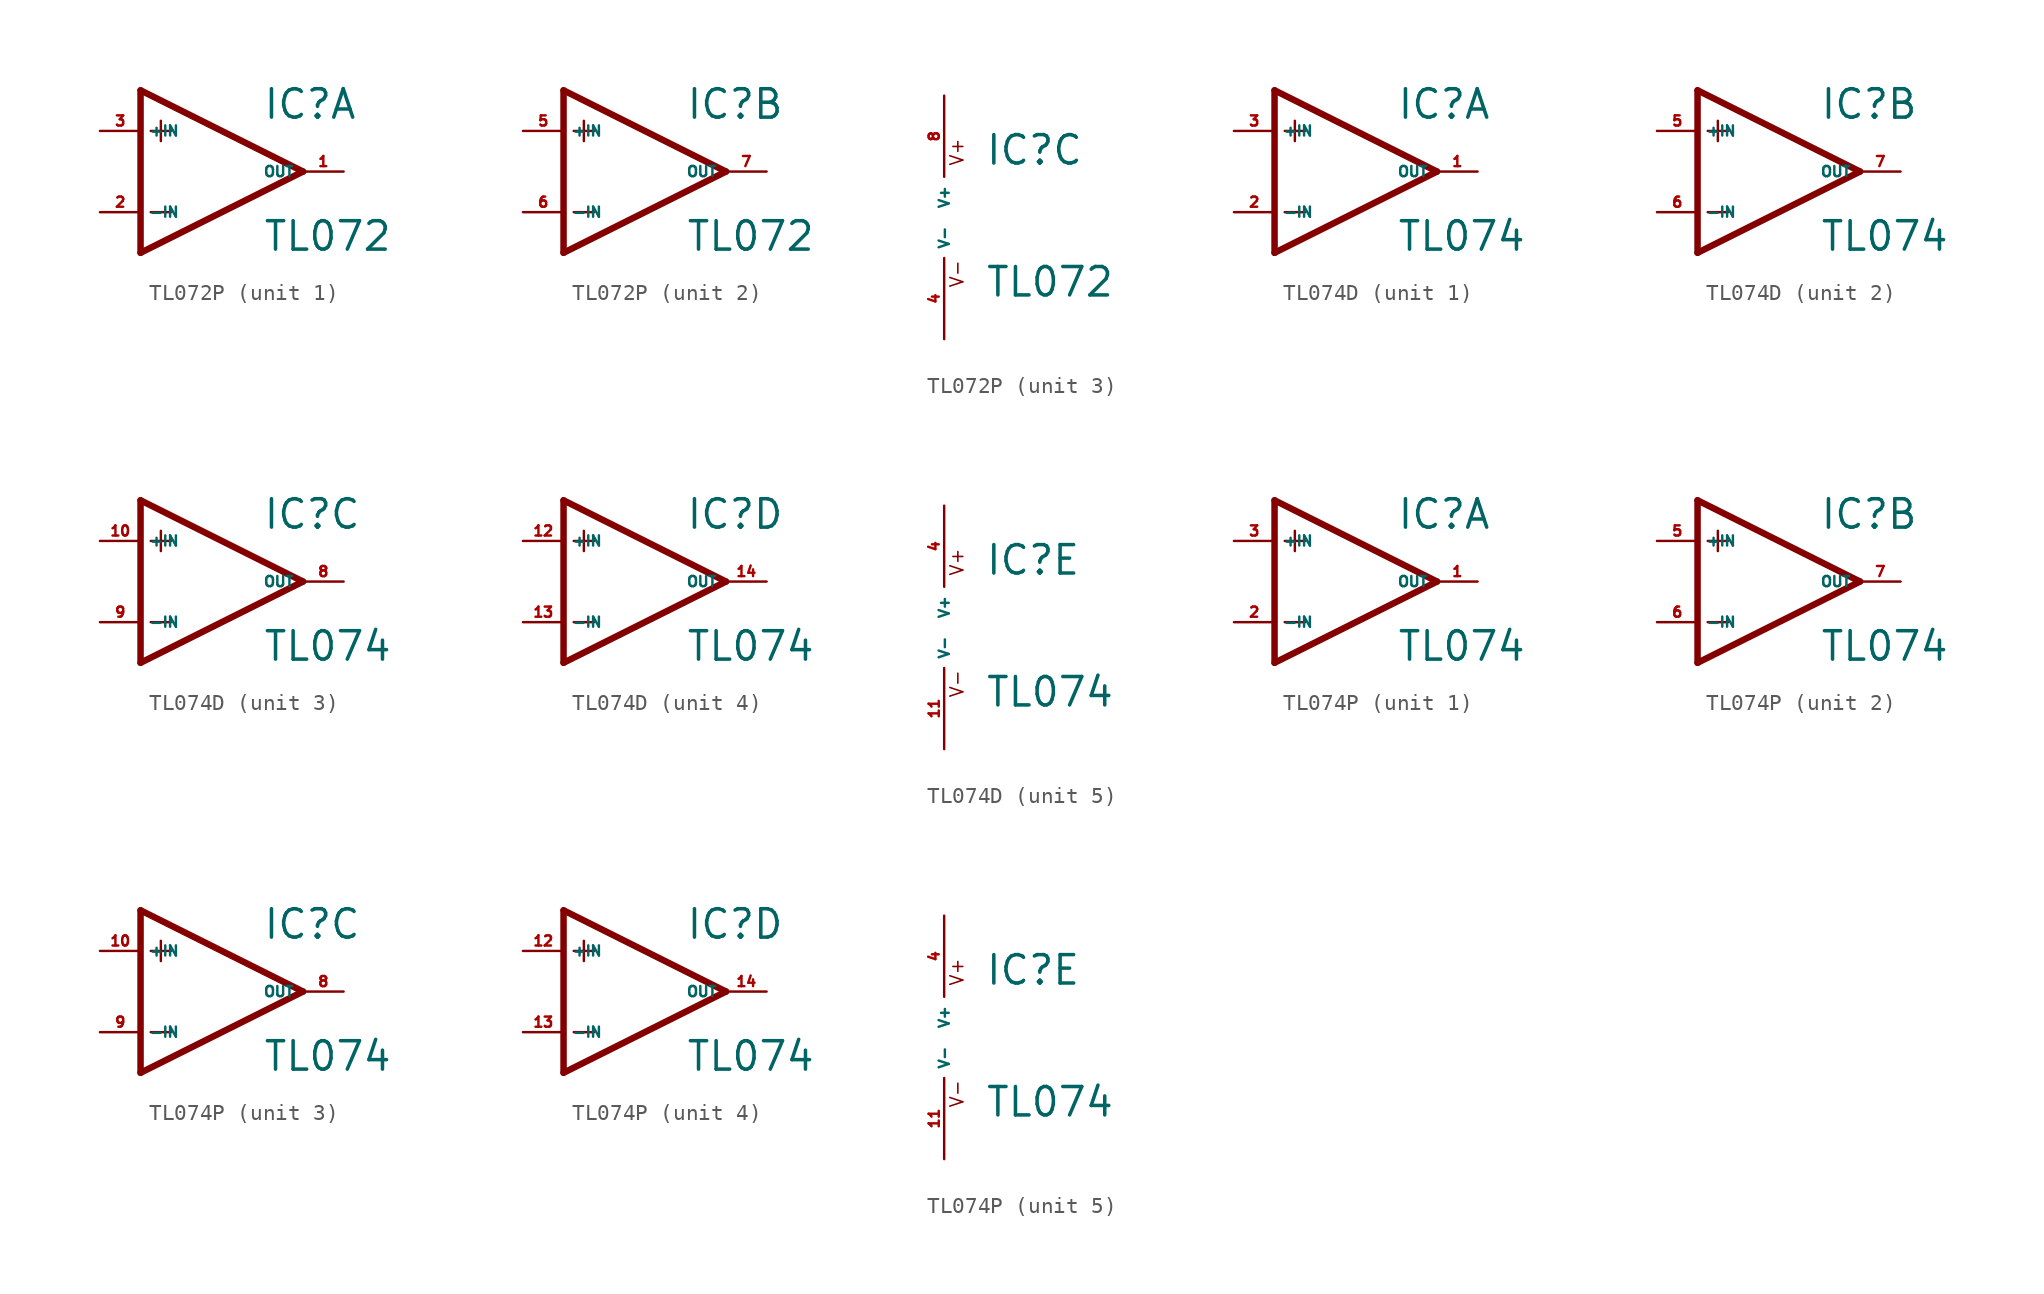
<source format=kicad_sym>
(kicad_symbol_lib
  (version 20220914)
  (generator Eagle2Kicad)
  (symbol "TL072P"
    (property "Reference" "IC"
      (at 2.54 3.175 0)
      (effects (font (size 1.778 1.778) (thickness 0.22)) (justify left bottom)))
    (property "Value" "TL072"
      (at 2.54 -5.08 0)
      (effects (font (size 1.778 1.778) (thickness 0.22)) (justify left bottom)))
    (symbol "TL072P_1_0"
      (polyline (pts (xy -5.08 5.08) (xy -5.08 -5.08)) (stroke (width 0.406) (type default)) (fill (type none)))
      (polyline (pts (xy -5.08 -5.08) (xy 5.08 0)) (stroke (width 0.406) (type default)) (fill (type none)))
      (polyline (pts (xy 5.08 0) (xy -5.08 5.08)) (stroke (width 0.406) (type default)) (fill (type none)))
      (polyline (pts (xy -3.81 3.175) (xy -3.81 1.905)) (stroke (width 0.152) (type default)) (fill (type none)))
      (polyline (pts (xy -4.445 2.54) (xy -3.175 2.54)) (stroke (width 0.152) (type default)) (fill (type none)))
      (polyline (pts (xy -4.445 -2.54) (xy -3.175 -2.54)) (stroke (width 0.152) (type default)) (fill (type none)))
      (pin input line (at -7.62 -2.54 0) (length 2.54) (name "-IN" (effects (font (size 0.635 0.635) (thickness 0.08)) (justify left bottom))) (number "2" (effects (font (size 0.635 0.635) (thickness 0.08)) (justify left bottom))))
      (pin input line (at -7.62 2.54 0) (length 2.54) (name "+IN" (effects (font (size 0.635 0.635) (thickness 0.08)) (justify left bottom))) (number "3" (effects (font (size 0.635 0.635) (thickness 0.08)) (justify left bottom))))
      (pin output line (at 7.62 0 180) (length 2.54) (name "OUT" (effects (font (size 0.635 0.635) (thickness 0.08)) (justify left bottom))) (number "1" (effects (font (size 0.635 0.635) (thickness 0.08)) (justify left bottom)))))
    (symbol "TL072P_2_0"
      (polyline (pts (xy -5.08 5.08) (xy -5.08 -5.08)) (stroke (width 0.406) (type default)) (fill (type none)))
      (polyline (pts (xy -5.08 -5.08) (xy 5.08 0)) (stroke (width 0.406) (type default)) (fill (type none)))
      (polyline (pts (xy 5.08 0) (xy -5.08 5.08)) (stroke (width 0.406) (type default)) (fill (type none)))
      (polyline (pts (xy -3.81 3.175) (xy -3.81 1.905)) (stroke (width 0.152) (type default)) (fill (type none)))
      (polyline (pts (xy -4.445 2.54) (xy -3.175 2.54)) (stroke (width 0.152) (type default)) (fill (type none)))
      (polyline (pts (xy -4.445 -2.54) (xy -3.175 -2.54)) (stroke (width 0.152) (type default)) (fill (type none)))
      (pin input line (at -7.62 -2.54 0) (length 2.54) (name "-IN" (effects (font (size 0.635 0.635) (thickness 0.08)) (justify left bottom))) (number "6" (effects (font (size 0.635 0.635) (thickness 0.08)) (justify left bottom))))
      (pin input line (at -7.62 2.54 0) (length 2.54) (name "+IN" (effects (font (size 0.635 0.635) (thickness 0.08)) (justify left bottom))) (number "5" (effects (font (size 0.635 0.635) (thickness 0.08)) (justify left bottom))))
      (pin output line (at 7.62 0 180) (length 2.54) (name "OUT" (effects (font (size 0.635 0.635) (thickness 0.08)) (justify left bottom))) (number "7" (effects (font (size 0.635 0.635) (thickness 0.08)) (justify left bottom)))))
    (symbol "TL072P_3_0"
      (text "V+" (at 1.27 3.175 900) (effects (font (size 0.813 0.813) (thickness 0.10)) (justify left bottom)))
      (text "V-" (at 1.27 -4.445 900) (effects (font (size 0.813 0.813) (thickness 0.10)) (justify left bottom)))
      (pin unspecified line (at 0 7.62 270) (length 5.08) (name "V+" (effects (font (size 0.635 0.635) (thickness 0.08)) (justify left bottom))) (number "8" (effects (font (size 0.635 0.635) (thickness 0.08)) (justify left bottom))))
      (pin unspecified line (at 0 -7.62 90) (length 5.08) (name "V-" (effects (font (size 0.635 0.635) (thickness 0.08)) (justify left bottom))) (number "4" (effects (font (size 0.635 0.635) (thickness 0.08)) (justify left bottom))))))
  (symbol "TL074D"
    (property "Reference" "IC"
      (at 2.54 3.175 0)
      (effects (font (size 1.778 1.778) (thickness 0.22)) (justify left bottom)))
    (property "Value" "TL074"
      (at 2.54 -5.08 0)
      (effects (font (size 1.778 1.778) (thickness 0.22)) (justify left bottom)))
    (symbol "TL074D_1_0"
      (polyline (pts (xy -5.08 5.08) (xy -5.08 -5.08)) (stroke (width 0.406) (type default)) (fill (type none)))
      (polyline (pts (xy -5.08 -5.08) (xy 5.08 0)) (stroke (width 0.406) (type default)) (fill (type none)))
      (polyline (pts (xy 5.08 0) (xy -5.08 5.08)) (stroke (width 0.406) (type default)) (fill (type none)))
      (polyline (pts (xy -3.81 3.175) (xy -3.81 1.905)) (stroke (width 0.152) (type default)) (fill (type none)))
      (polyline (pts (xy -4.445 2.54) (xy -3.175 2.54)) (stroke (width 0.152) (type default)) (fill (type none)))
      (polyline (pts (xy -4.445 -2.54) (xy -3.175 -2.54)) (stroke (width 0.152) (type default)) (fill (type none)))
      (pin input line (at -7.62 -2.54 0) (length 2.54) (name "-IN" (effects (font (size 0.635 0.635) (thickness 0.08)) (justify left bottom))) (number "2" (effects (font (size 0.635 0.635) (thickness 0.08)) (justify left bottom))))
      (pin input line (at -7.62 2.54 0) (length 2.54) (name "+IN" (effects (font (size 0.635 0.635) (thickness 0.08)) (justify left bottom))) (number "3" (effects (font (size 0.635 0.635) (thickness 0.08)) (justify left bottom))))
      (pin output line (at 7.62 0 180) (length 2.54) (name "OUT" (effects (font (size 0.635 0.635) (thickness 0.08)) (justify left bottom))) (number "1" (effects (font (size 0.635 0.635) (thickness 0.08)) (justify left bottom)))))
    (symbol "TL074D_2_0"
      (polyline (pts (xy -5.08 5.08) (xy -5.08 -5.08)) (stroke (width 0.406) (type default)) (fill (type none)))
      (polyline (pts (xy -5.08 -5.08) (xy 5.08 0)) (stroke (width 0.406) (type default)) (fill (type none)))
      (polyline (pts (xy 5.08 0) (xy -5.08 5.08)) (stroke (width 0.406) (type default)) (fill (type none)))
      (polyline (pts (xy -3.81 3.175) (xy -3.81 1.905)) (stroke (width 0.152) (type default)) (fill (type none)))
      (polyline (pts (xy -4.445 2.54) (xy -3.175 2.54)) (stroke (width 0.152) (type default)) (fill (type none)))
      (polyline (pts (xy -4.445 -2.54) (xy -3.175 -2.54)) (stroke (width 0.152) (type default)) (fill (type none)))
      (pin input line (at -7.62 -2.54 0) (length 2.54) (name "-IN" (effects (font (size 0.635 0.635) (thickness 0.08)) (justify left bottom))) (number "6" (effects (font (size 0.635 0.635) (thickness 0.08)) (justify left bottom))))
      (pin input line (at -7.62 2.54 0) (length 2.54) (name "+IN" (effects (font (size 0.635 0.635) (thickness 0.08)) (justify left bottom))) (number "5" (effects (font (size 0.635 0.635) (thickness 0.08)) (justify left bottom))))
      (pin output line (at 7.62 0 180) (length 2.54) (name "OUT" (effects (font (size 0.635 0.635) (thickness 0.08)) (justify left bottom))) (number "7" (effects (font (size 0.635 0.635) (thickness 0.08)) (justify left bottom)))))
    (symbol "TL074D_3_0"
      (polyline (pts (xy -5.08 5.08) (xy -5.08 -5.08)) (stroke (width 0.406) (type default)) (fill (type none)))
      (polyline (pts (xy -5.08 -5.08) (xy 5.08 0)) (stroke (width 0.406) (type default)) (fill (type none)))
      (polyline (pts (xy 5.08 0) (xy -5.08 5.08)) (stroke (width 0.406) (type default)) (fill (type none)))
      (polyline (pts (xy -3.81 3.175) (xy -3.81 1.905)) (stroke (width 0.152) (type default)) (fill (type none)))
      (polyline (pts (xy -4.445 2.54) (xy -3.175 2.54)) (stroke (width 0.152) (type default)) (fill (type none)))
      (polyline (pts (xy -4.445 -2.54) (xy -3.175 -2.54)) (stroke (width 0.152) (type default)) (fill (type none)))
      (pin input line (at -7.62 -2.54 0) (length 2.54) (name "-IN" (effects (font (size 0.635 0.635) (thickness 0.08)) (justify left bottom))) (number "9" (effects (font (size 0.635 0.635) (thickness 0.08)) (justify left bottom))))
      (pin input line (at -7.62 2.54 0) (length 2.54) (name "+IN" (effects (font (size 0.635 0.635) (thickness 0.08)) (justify left bottom))) (number "10" (effects (font (size 0.635 0.635) (thickness 0.08)) (justify left bottom))))
      (pin output line (at 7.62 0 180) (length 2.54) (name "OUT" (effects (font (size 0.635 0.635) (thickness 0.08)) (justify left bottom))) (number "8" (effects (font (size 0.635 0.635) (thickness 0.08)) (justify left bottom)))))
    (symbol "TL074D_4_0"
      (polyline (pts (xy -5.08 5.08) (xy -5.08 -5.08)) (stroke (width 0.406) (type default)) (fill (type none)))
      (polyline (pts (xy -5.08 -5.08) (xy 5.08 0)) (stroke (width 0.406) (type default)) (fill (type none)))
      (polyline (pts (xy 5.08 0) (xy -5.08 5.08)) (stroke (width 0.406) (type default)) (fill (type none)))
      (polyline (pts (xy -3.81 3.175) (xy -3.81 1.905)) (stroke (width 0.152) (type default)) (fill (type none)))
      (polyline (pts (xy -4.445 2.54) (xy -3.175 2.54)) (stroke (width 0.152) (type default)) (fill (type none)))
      (polyline (pts (xy -4.445 -2.54) (xy -3.175 -2.54)) (stroke (width 0.152) (type default)) (fill (type none)))
      (pin input line (at -7.62 -2.54 0) (length 2.54) (name "-IN" (effects (font (size 0.635 0.635) (thickness 0.08)) (justify left bottom))) (number "13" (effects (font (size 0.635 0.635) (thickness 0.08)) (justify left bottom))))
      (pin input line (at -7.62 2.54 0) (length 2.54) (name "+IN" (effects (font (size 0.635 0.635) (thickness 0.08)) (justify left bottom))) (number "12" (effects (font (size 0.635 0.635) (thickness 0.08)) (justify left bottom))))
      (pin output line (at 7.62 0 180) (length 2.54) (name "OUT" (effects (font (size 0.635 0.635) (thickness 0.08)) (justify left bottom))) (number "14" (effects (font (size 0.635 0.635) (thickness 0.08)) (justify left bottom)))))
    (symbol "TL074D_5_0"
      (text "V+" (at 1.27 3.175 900) (effects (font (size 0.813 0.813) (thickness 0.10)) (justify left bottom)))
      (text "V-" (at 1.27 -4.445 900) (effects (font (size 0.813 0.813) (thickness 0.10)) (justify left bottom)))
      (pin unspecified line (at 0 7.62 270) (length 5.08) (name "V+" (effects (font (size 0.635 0.635) (thickness 0.08)) (justify left bottom))) (number "4" (effects (font (size 0.635 0.635) (thickness 0.08)) (justify left bottom))))
      (pin unspecified line (at 0 -7.62 90) (length 5.08) (name "V-" (effects (font (size 0.635 0.635) (thickness 0.08)) (justify left bottom))) (number "11" (effects (font (size 0.635 0.635) (thickness 0.08)) (justify left bottom))))))
  (symbol "TL074P"
    (property "Reference" "IC"
      (at 2.54 3.175 0)
      (effects (font (size 1.778 1.778) (thickness 0.22)) (justify left bottom)))
    (property "Value" "TL074"
      (at 2.54 -5.08 0)
      (effects (font (size 1.778 1.778) (thickness 0.22)) (justify left bottom)))
    (symbol "TL074P_1_0"
      (polyline (pts (xy -5.08 5.08) (xy -5.08 -5.08)) (stroke (width 0.406) (type default)) (fill (type none)))
      (polyline (pts (xy -5.08 -5.08) (xy 5.08 0)) (stroke (width 0.406) (type default)) (fill (type none)))
      (polyline (pts (xy 5.08 0) (xy -5.08 5.08)) (stroke (width 0.406) (type default)) (fill (type none)))
      (polyline (pts (xy -3.81 3.175) (xy -3.81 1.905)) (stroke (width 0.152) (type default)) (fill (type none)))
      (polyline (pts (xy -4.445 2.54) (xy -3.175 2.54)) (stroke (width 0.152) (type default)) (fill (type none)))
      (polyline (pts (xy -4.445 -2.54) (xy -3.175 -2.54)) (stroke (width 0.152) (type default)) (fill (type none)))
      (pin input line (at -7.62 -2.54 0) (length 2.54) (name "-IN" (effects (font (size 0.635 0.635) (thickness 0.08)) (justify left bottom))) (number "2" (effects (font (size 0.635 0.635) (thickness 0.08)) (justify left bottom))))
      (pin input line (at -7.62 2.54 0) (length 2.54) (name "+IN" (effects (font (size 0.635 0.635) (thickness 0.08)) (justify left bottom))) (number "3" (effects (font (size 0.635 0.635) (thickness 0.08)) (justify left bottom))))
      (pin output line (at 7.62 0 180) (length 2.54) (name "OUT" (effects (font (size 0.635 0.635) (thickness 0.08)) (justify left bottom))) (number "1" (effects (font (size 0.635 0.635) (thickness 0.08)) (justify left bottom)))))
    (symbol "TL074P_2_0"
      (polyline (pts (xy -5.08 5.08) (xy -5.08 -5.08)) (stroke (width 0.406) (type default)) (fill (type none)))
      (polyline (pts (xy -5.08 -5.08) (xy 5.08 0)) (stroke (width 0.406) (type default)) (fill (type none)))
      (polyline (pts (xy 5.08 0) (xy -5.08 5.08)) (stroke (width 0.406) (type default)) (fill (type none)))
      (polyline (pts (xy -3.81 3.175) (xy -3.81 1.905)) (stroke (width 0.152) (type default)) (fill (type none)))
      (polyline (pts (xy -4.445 2.54) (xy -3.175 2.54)) (stroke (width 0.152) (type default)) (fill (type none)))
      (polyline (pts (xy -4.445 -2.54) (xy -3.175 -2.54)) (stroke (width 0.152) (type default)) (fill (type none)))
      (pin input line (at -7.62 -2.54 0) (length 2.54) (name "-IN" (effects (font (size 0.635 0.635) (thickness 0.08)) (justify left bottom))) (number "6" (effects (font (size 0.635 0.635) (thickness 0.08)) (justify left bottom))))
      (pin input line (at -7.62 2.54 0) (length 2.54) (name "+IN" (effects (font (size 0.635 0.635) (thickness 0.08)) (justify left bottom))) (number "5" (effects (font (size 0.635 0.635) (thickness 0.08)) (justify left bottom))))
      (pin output line (at 7.62 0 180) (length 2.54) (name "OUT" (effects (font (size 0.635 0.635) (thickness 0.08)) (justify left bottom))) (number "7" (effects (font (size 0.635 0.635) (thickness 0.08)) (justify left bottom)))))
    (symbol "TL074P_3_0"
      (polyline (pts (xy -5.08 5.08) (xy -5.08 -5.08)) (stroke (width 0.406) (type default)) (fill (type none)))
      (polyline (pts (xy -5.08 -5.08) (xy 5.08 0)) (stroke (width 0.406) (type default)) (fill (type none)))
      (polyline (pts (xy 5.08 0) (xy -5.08 5.08)) (stroke (width 0.406) (type default)) (fill (type none)))
      (polyline (pts (xy -3.81 3.175) (xy -3.81 1.905)) (stroke (width 0.152) (type default)) (fill (type none)))
      (polyline (pts (xy -4.445 2.54) (xy -3.175 2.54)) (stroke (width 0.152) (type default)) (fill (type none)))
      (polyline (pts (xy -4.445 -2.54) (xy -3.175 -2.54)) (stroke (width 0.152) (type default)) (fill (type none)))
      (pin input line (at -7.62 -2.54 0) (length 2.54) (name "-IN" (effects (font (size 0.635 0.635) (thickness 0.08)) (justify left bottom))) (number "9" (effects (font (size 0.635 0.635) (thickness 0.08)) (justify left bottom))))
      (pin input line (at -7.62 2.54 0) (length 2.54) (name "+IN" (effects (font (size 0.635 0.635) (thickness 0.08)) (justify left bottom))) (number "10" (effects (font (size 0.635 0.635) (thickness 0.08)) (justify left bottom))))
      (pin output line (at 7.62 0 180) (length 2.54) (name "OUT" (effects (font (size 0.635 0.635) (thickness 0.08)) (justify left bottom))) (number "8" (effects (font (size 0.635 0.635) (thickness 0.08)) (justify left bottom)))))
    (symbol "TL074P_4_0"
      (polyline (pts (xy -5.08 5.08) (xy -5.08 -5.08)) (stroke (width 0.406) (type default)) (fill (type none)))
      (polyline (pts (xy -5.08 -5.08) (xy 5.08 0)) (stroke (width 0.406) (type default)) (fill (type none)))
      (polyline (pts (xy 5.08 0) (xy -5.08 5.08)) (stroke (width 0.406) (type default)) (fill (type none)))
      (polyline (pts (xy -3.81 3.175) (xy -3.81 1.905)) (stroke (width 0.152) (type default)) (fill (type none)))
      (polyline (pts (xy -4.445 2.54) (xy -3.175 2.54)) (stroke (width 0.152) (type default)) (fill (type none)))
      (polyline (pts (xy -4.445 -2.54) (xy -3.175 -2.54)) (stroke (width 0.152) (type default)) (fill (type none)))
      (pin input line (at -7.62 -2.54 0) (length 2.54) (name "-IN" (effects (font (size 0.635 0.635) (thickness 0.08)) (justify left bottom))) (number "13" (effects (font (size 0.635 0.635) (thickness 0.08)) (justify left bottom))))
      (pin input line (at -7.62 2.54 0) (length 2.54) (name "+IN" (effects (font (size 0.635 0.635) (thickness 0.08)) (justify left bottom))) (number "12" (effects (font (size 0.635 0.635) (thickness 0.08)) (justify left bottom))))
      (pin output line (at 7.62 0 180) (length 2.54) (name "OUT" (effects (font (size 0.635 0.635) (thickness 0.08)) (justify left bottom))) (number "14" (effects (font (size 0.635 0.635) (thickness 0.08)) (justify left bottom)))))
    (symbol "TL074P_5_0"
      (text "V+" (at 1.27 3.175 900) (effects (font (size 0.813 0.813) (thickness 0.10)) (justify left bottom)))
      (text "V-" (at 1.27 -4.445 900) (effects (font (size 0.813 0.813) (thickness 0.10)) (justify left bottom)))
      (pin unspecified line (at 0 7.62 270) (length 5.08) (name "V+" (effects (font (size 0.635 0.635) (thickness 0.08)) (justify left bottom))) (number "4" (effects (font (size 0.635 0.635) (thickness 0.08)) (justify left bottom))))
      (pin unspecified line (at 0 -7.62 90) (length 5.08) (name "V-" (effects (font (size 0.635 0.635) (thickness 0.08)) (justify left bottom))) (number "11" (effects (font (size 0.635 0.635) (thickness 0.08)) (justify left bottom)))))))
</source>
